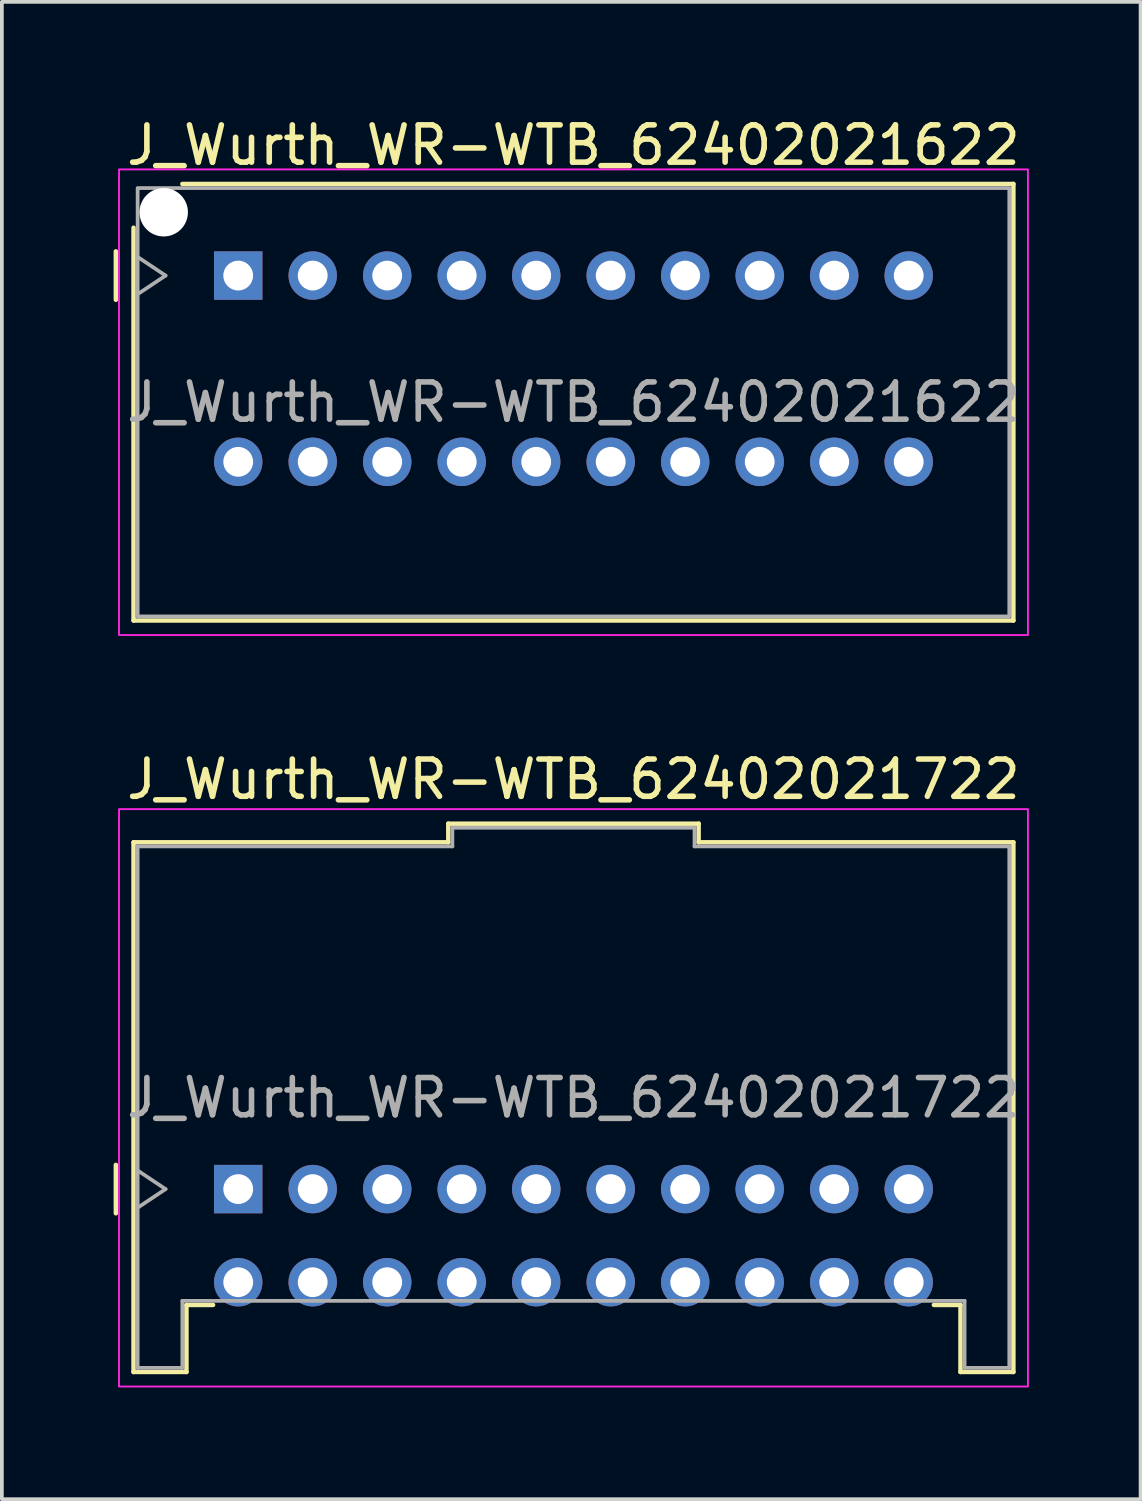
<source format=kicad_pcb>
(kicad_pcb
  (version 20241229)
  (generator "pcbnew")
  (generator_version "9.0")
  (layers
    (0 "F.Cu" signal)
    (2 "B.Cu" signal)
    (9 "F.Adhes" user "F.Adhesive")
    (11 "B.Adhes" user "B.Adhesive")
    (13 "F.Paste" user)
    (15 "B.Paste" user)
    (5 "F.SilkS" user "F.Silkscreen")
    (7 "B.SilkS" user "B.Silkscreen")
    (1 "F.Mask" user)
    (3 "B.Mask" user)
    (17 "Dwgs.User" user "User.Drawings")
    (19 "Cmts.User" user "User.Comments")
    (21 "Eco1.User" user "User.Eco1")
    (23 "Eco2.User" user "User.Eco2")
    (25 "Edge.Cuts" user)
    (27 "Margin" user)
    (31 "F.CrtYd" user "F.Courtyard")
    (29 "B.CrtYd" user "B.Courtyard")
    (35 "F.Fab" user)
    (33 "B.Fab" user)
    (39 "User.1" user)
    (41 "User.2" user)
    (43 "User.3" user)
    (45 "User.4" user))
  (footprint "J_Wurth_WR-WTB_62402021722"
    (layer "F.Cu")
    (at 3.345 28.872)
    (property "Reference" "J_Wurth_WR-WTB_62402021722" (at 9 -11 0) (unlocked yes) (layer "F.SilkS") (effects (font (size 1 1) (thickness 0.15))))
    (attr through_hole)
    (fp_line (start -3.285 -0.65) (end -3.285 0.65) (stroke (width 0.12) (type solid)) (layer "F.SilkS"))
    (fp_line (start -2.81 -9.31) (end 5.64 -9.31) (stroke (width 0.12) (type solid)) (layer "F.SilkS"))
    (fp_line (start -2.81 4.91) (end -2.81 -9.31) (stroke (width 0.12) (type default)) (layer "F.SilkS"))
    (fp_line (start -2.81 4.91) (end -1.39 4.91) (stroke (width 0.12) (type solid)) (layer "F.SilkS"))
    (fp_line (start -1.39 4.91) (end -1.39 3.11) (stroke (width 0.12) (type solid)) (layer "F.SilkS"))
    (fp_line (start -0.675 3.11) (end -1.39 3.11) (stroke (width 0.12) (type default)) (layer "F.SilkS"))
    (fp_line (start 5.64 -9.31) (end 5.64 -9.81) (stroke (width 0.12) (type solid)) (layer "F.SilkS"))
    (fp_line (start 12.36 -9.81) (end 5.64 -9.81) (stroke (width 0.12) (type default)) (layer "F.SilkS"))
    (fp_line (start 12.36 -9.31) (end 12.36 -9.81) (stroke (width 0.12) (type solid)) (layer "F.SilkS"))
    (fp_line (start 19.39 3.11) (end 18.675 3.11) (stroke (width 0.12) (type default)) (layer "F.SilkS"))
    (fp_line (start 19.39 4.91) (end 19.39 3.11) (stroke (width 0.12) (type solid)) (layer "F.SilkS"))
    (fp_line (start 20.81 -9.31) (end 12.36 -9.31) (stroke (width 0.12) (type solid)) (layer "F.SilkS"))
    (fp_line (start 20.81 -9.31) (end 20.81 4.91) (stroke (width 0.12) (type default)) (layer "F.SilkS"))
    (fp_line (start 20.81 4.91) (end 19.39 4.91) (stroke (width 0.12) (type solid)) (layer "F.SilkS"))
    (fp_rect (start -3.2 -10.2) (end 21.2 5.3) (stroke (width 0.05) (type solid)) (fill no) (layer "F.CrtYd"))
    (fp_line (start -2.7 -9.2) (end 5.75 -9.2) (stroke (width 0.1) (type solid)) (layer "F.Fab"))
    (fp_line (start -2.7 4.8) (end -2.7 -9.2) (stroke (width 0.1) (type default)) (layer "F.Fab"))
    (fp_line (start -2.7 4.8) (end -1.5 4.8) (stroke (width 0.1) (type solid)) (layer "F.Fab"))
    (fp_line (start -1.95 0) (end -2.7 -0.5) (stroke (width 0.1) (type solid)) (layer "F.Fab"))
    (fp_line (start -1.95 0) (end -2.7 0.5) (stroke (width 0.1) (type solid)) (layer "F.Fab"))
    (fp_line (start -1.5 4.8) (end -1.5 3) (stroke (width 0.1) (type solid)) (layer "F.Fab"))
    (fp_line (start 5.75 -9.2) (end 5.75 -9.7) (stroke (width 0.1) (type solid)) (layer "F.Fab"))
    (fp_line (start 12.25 -9.7) (end 5.75 -9.7) (stroke (width 0.1) (type default)) (layer "F.Fab"))
    (fp_line (start 12.25 -9.2) (end 12.25 -9.7) (stroke (width 0.1) (type solid)) (layer "F.Fab"))
    (fp_line (start 19.5 3) (end -1.5 3) (stroke (width 0.1) (type default)) (layer "F.Fab"))
    (fp_line (start 19.5 4.8) (end 19.5 3) (stroke (width 0.1) (type solid)) (layer "F.Fab"))
    (fp_line (start 20.7 -9.2) (end 12.25 -9.2) (stroke (width 0.1) (type solid)) (layer "F.Fab"))
    (fp_line (start 20.7 -9.2) (end 20.7 4.8) (stroke (width 0.1) (type default)) (layer "F.Fab"))
    (fp_line (start 20.7 4.8) (end 19.5 4.8) (stroke (width 0.1) (type solid)) (layer "F.Fab"))
    (fp_text user "${REFERENCE}" (at 9 -2.45 0) (unlocked yes) (layer "F.Fab") (effects (font (size 1 1) (thickness 0.15))))
    (pad "1" thru_hole rect (at 0 0 180) (size 1.3 1.3) (drill 0.8) (layers "*.Cu" "*.Mask"))
    (pad "2" thru_hole circle (at 0 2.5 180) (size 1.3 1.3) (drill 0.8) (layers "*.Cu" "*.Mask"))
    (pad "3" thru_hole circle (at 2 0 180) (size 1.3 1.3) (drill 0.8) (layers "*.Cu" "*.Mask"))
    (pad "4" thru_hole circle (at 2 2.5 180) (size 1.3 1.3) (drill 0.8) (layers "*.Cu" "*.Mask"))
    (pad "5" thru_hole circle (at 4 0 180) (size 1.3 1.3) (drill 0.8) (layers "*.Cu" "*.Mask"))
    (pad "6" thru_hole circle (at 4 2.5 180) (size 1.3 1.3) (drill 0.8) (layers "*.Cu" "*.Mask"))
    (pad "7" thru_hole circle (at 6 2.5 180) (size 1.3 1.3) (drill 0.8) (layers "*.Cu" "*.Mask"))
    (pad "8" thru_hole circle (at 6 0 180) (size 1.3 1.3) (drill 0.8) (layers "*.Cu" "*.Mask"))
    (pad "9" thru_hole circle (at 8 2.5 180) (size 1.3 1.3) (drill 0.8) (layers "*.Cu" "*.Mask"))
    (pad "10" thru_hole circle (at 8 0 180) (size 1.3 1.3) (drill 0.8) (layers "*.Cu" "*.Mask"))
    (pad "11" thru_hole circle (at 10 2.5 180) (size 1.3 1.3) (drill 0.8) (layers "*.Cu" "*.Mask"))
    (pad "12" thru_hole circle (at 10 0 180) (size 1.3 1.3) (drill 0.8) (layers "*.Cu" "*.Mask"))
    (pad "13" thru_hole circle (at 12 2.5 180) (size 1.3 1.3) (drill 0.8) (layers "*.Cu" "*.Mask"))
    (pad "14" thru_hole circle (at 12 0 180) (size 1.3 1.3) (drill 0.8) (layers "*.Cu" "*.Mask"))
    (pad "15" thru_hole circle (at 14 2.5 180) (size 1.3 1.3) (drill 0.8) (layers "*.Cu" "*.Mask"))
    (pad "16" thru_hole circle (at 14 0 180) (size 1.3 1.3) (drill 0.8) (layers "*.Cu" "*.Mask"))
    (pad "17" thru_hole circle (at 16 2.5 180) (size 1.3 1.3) (drill 0.8) (layers "*.Cu" "*.Mask"))
    (pad "18" thru_hole circle (at 16 0 180) (size 1.3 1.3) (drill 0.8) (layers "*.Cu" "*.Mask"))
    (pad "19" thru_hole circle (at 18 2.5 180) (size 1.3 1.3) (drill 0.8) (layers "*.Cu" "*.Mask"))
    (pad "20" thru_hole circle (at 18 0 180) (size 1.3 1.3) (drill 0.8) (layers "*.Cu" "*.Mask")))
  (footprint "J_Wurth_WR-WTB_62402021622"
    (layer "F.Cu")
    (at 3.345 4.348)
    (property "Reference" "J_Wurth_WR-WTB_62402021622" (at 9 -3.5 0) (unlocked yes) (layer "F.SilkS") (effects (font (size 1 1) (thickness 0.15))))
    (attr through_hole)
    (fp_line (start -3.285 -0.65) (end -3.285 0.65) (stroke (width 0.12) (type solid)) (layer "F.SilkS"))
    (fp_line (start -2.81 9.26) (end -2.81 -1.285) (stroke (width 0.12) (type default)) (layer "F.SilkS"))
    (fp_line (start -1.5 -2.46) (end 20.81 -2.46) (stroke (width 0.12) (type default)) (layer "F.SilkS"))
    (fp_line (start 20.81 -2.46) (end 20.81 9.26) (stroke (width 0.12) (type solid)) (layer "F.SilkS"))
    (fp_line (start 20.81 9.26) (end -2.81 9.26) (stroke (width 0.12) (type default)) (layer "F.SilkS"))
    (fp_rect (start -3.2 -2.85) (end 21.2 9.65) (stroke (width 0.05) (type solid)) (fill no) (layer "F.CrtYd"))
    (fp_line (start -1.95 0) (end -2.7 -0.5) (stroke (width 0.1) (type solid)) (layer "F.Fab"))
    (fp_line (start -1.95 0) (end -2.7 0.5) (stroke (width 0.1) (type solid)) (layer "F.Fab"))
    (fp_rect (start -2.7 -2.35) (end 20.7 9.15) (stroke (width 0.1) (type solid)) (fill no) (layer "F.Fab"))
    (fp_text user "${REFERENCE}" (at 9 3.4 0) (unlocked yes) (layer "F.Fab") (effects (font (size 1 1) (thickness 0.15))))
    (pad "" np_thru_hole circle (at -2 -1.7) (size 1.3 1.3) (drill 1.3) (layers "*.Cu" "*.Mask"))
    (pad "1" thru_hole rect (at 0 0) (size 1.3 1.3) (drill 0.8) (layers "*.Cu" "*.Mask"))
    (pad "2" thru_hole circle (at 0 5) (size 1.3 1.3) (drill 0.8) (layers "*.Cu" "*.Mask"))
    (pad "3" thru_hole circle (at 2 0) (size 1.3 1.3) (drill 0.8) (layers "*.Cu" "*.Mask"))
    (pad "4" thru_hole circle (at 2 5) (size 1.3 1.3) (drill 0.8) (layers "*.Cu" "*.Mask"))
    (pad "5" thru_hole circle (at 4 0) (size 1.3 1.3) (drill 0.8) (layers "*.Cu" "*.Mask"))
    (pad "6" thru_hole circle (at 4 5) (size 1.3 1.3) (drill 0.8) (layers "*.Cu" "*.Mask"))
    (pad "7" thru_hole circle (at 6 0) (size 1.3 1.3) (drill 0.8) (layers "*.Cu" "*.Mask"))
    (pad "8" thru_hole circle (at 6 5) (size 1.3 1.3) (drill 0.8) (layers "*.Cu" "*.Mask"))
    (pad "9" thru_hole circle (at 8 0) (size 1.3 1.3) (drill 0.8) (layers "*.Cu" "*.Mask"))
    (pad "10" thru_hole circle (at 8 5) (size 1.3 1.3) (drill 0.8) (layers "*.Cu" "*.Mask"))
    (pad "11" thru_hole circle (at 10 0) (size 1.3 1.3) (drill 0.8) (layers "*.Cu" "*.Mask"))
    (pad "12" thru_hole circle (at 10 5) (size 1.3 1.3) (drill 0.8) (layers "*.Cu" "*.Mask"))
    (pad "13" thru_hole circle (at 12 0) (size 1.3 1.3) (drill 0.8) (layers "*.Cu" "*.Mask"))
    (pad "14" thru_hole circle (at 12 5) (size 1.3 1.3) (drill 0.8) (layers "*.Cu" "*.Mask"))
    (pad "15" thru_hole circle (at 14 0) (size 1.3 1.3) (drill 0.8) (layers "*.Cu" "*.Mask"))
    (pad "16" thru_hole circle (at 14 5) (size 1.3 1.3) (drill 0.8) (layers "*.Cu" "*.Mask"))
    (pad "17" thru_hole circle (at 16 0) (size 1.3 1.3) (drill 0.8) (layers "*.Cu" "*.Mask"))
    (pad "18" thru_hole circle (at 16 5) (size 1.3 1.3) (drill 0.8) (layers "*.Cu" "*.Mask"))
    (pad "19" thru_hole circle (at 18 0) (size 1.3 1.3) (drill 0.8) (layers "*.Cu" "*.Mask"))
    (pad "20" thru_hole circle (at 18 5) (size 1.3 1.3) (drill 0.8) (layers "*.Cu" "*.Mask")))
  (gr_rect
    (start -3 -3)
    (end 27.57 37.197)
    (stroke (width 0.1) (type default))
    (fill no)
    (layer "Edge.Cuts")))
</source>
